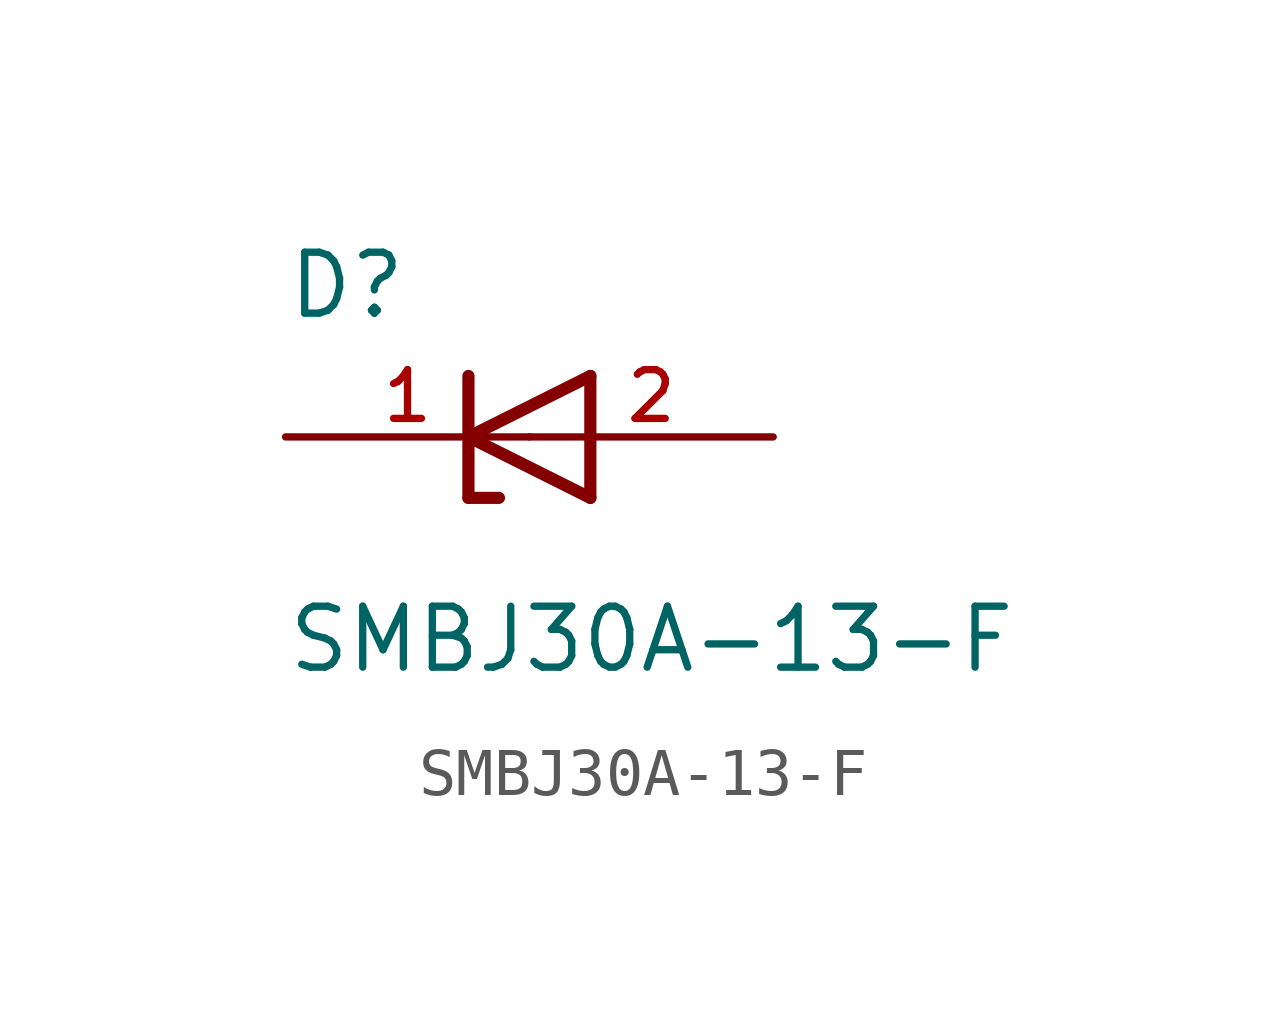
<source format=kicad_sym>
(kicad_symbol_lib
  (version 20211014)
  (generator kicad_symbol_editor)
  (symbol "SMBJ30A-13-F"
    (pin_names
      (offset 1.016))
    (property "Reference" "D"
      (at -5.084 2.416 0)
      (effects (font (size 1.27 1.27)) (justify bottom left)))
    (property "Value" "SMBJ30A-13-F"
      (at -5.085 -4.961 0)
      (effects (font (size 1.27 1.27)) (justify bottom left)))
    (symbol "SMBJ30A-13-F_0_0"
      (polyline (pts (xy 1.27 1.27) (xy -1.27 0.0)) (stroke (width 0.254)))
      (polyline (pts (xy -1.27 0.0) (xy 1.27 -1.27)) (stroke (width 0.254)))
      (polyline (pts (xy -0.635 -1.27) (xy -1.27 -1.27)) (stroke (width 0.254)))
      (polyline (pts (xy -1.27 -1.27) (xy -1.27 0.0)) (stroke (width 0.254)))
      (polyline (pts (xy 1.27 -1.27) (xy 1.27 1.27)) (stroke (width 0.254)))
      (polyline (pts (xy -1.27 0.0) (xy -1.27 1.27)) (stroke (width 0.254)))
      (pin passive line (at 5.08 0.0 180.0) (length 5.08) (name "~" (effects (font (size 1.016 1.016)))) (number "2" (effects (font (size 1.016 1.016)))))
      (pin passive line (at -5.08 0.0 0) (length 5.08) (name "~" (effects (font (size 1.016 1.016)))) (number "1" (effects (font (size 1.016 1.016))))))))
</source>
